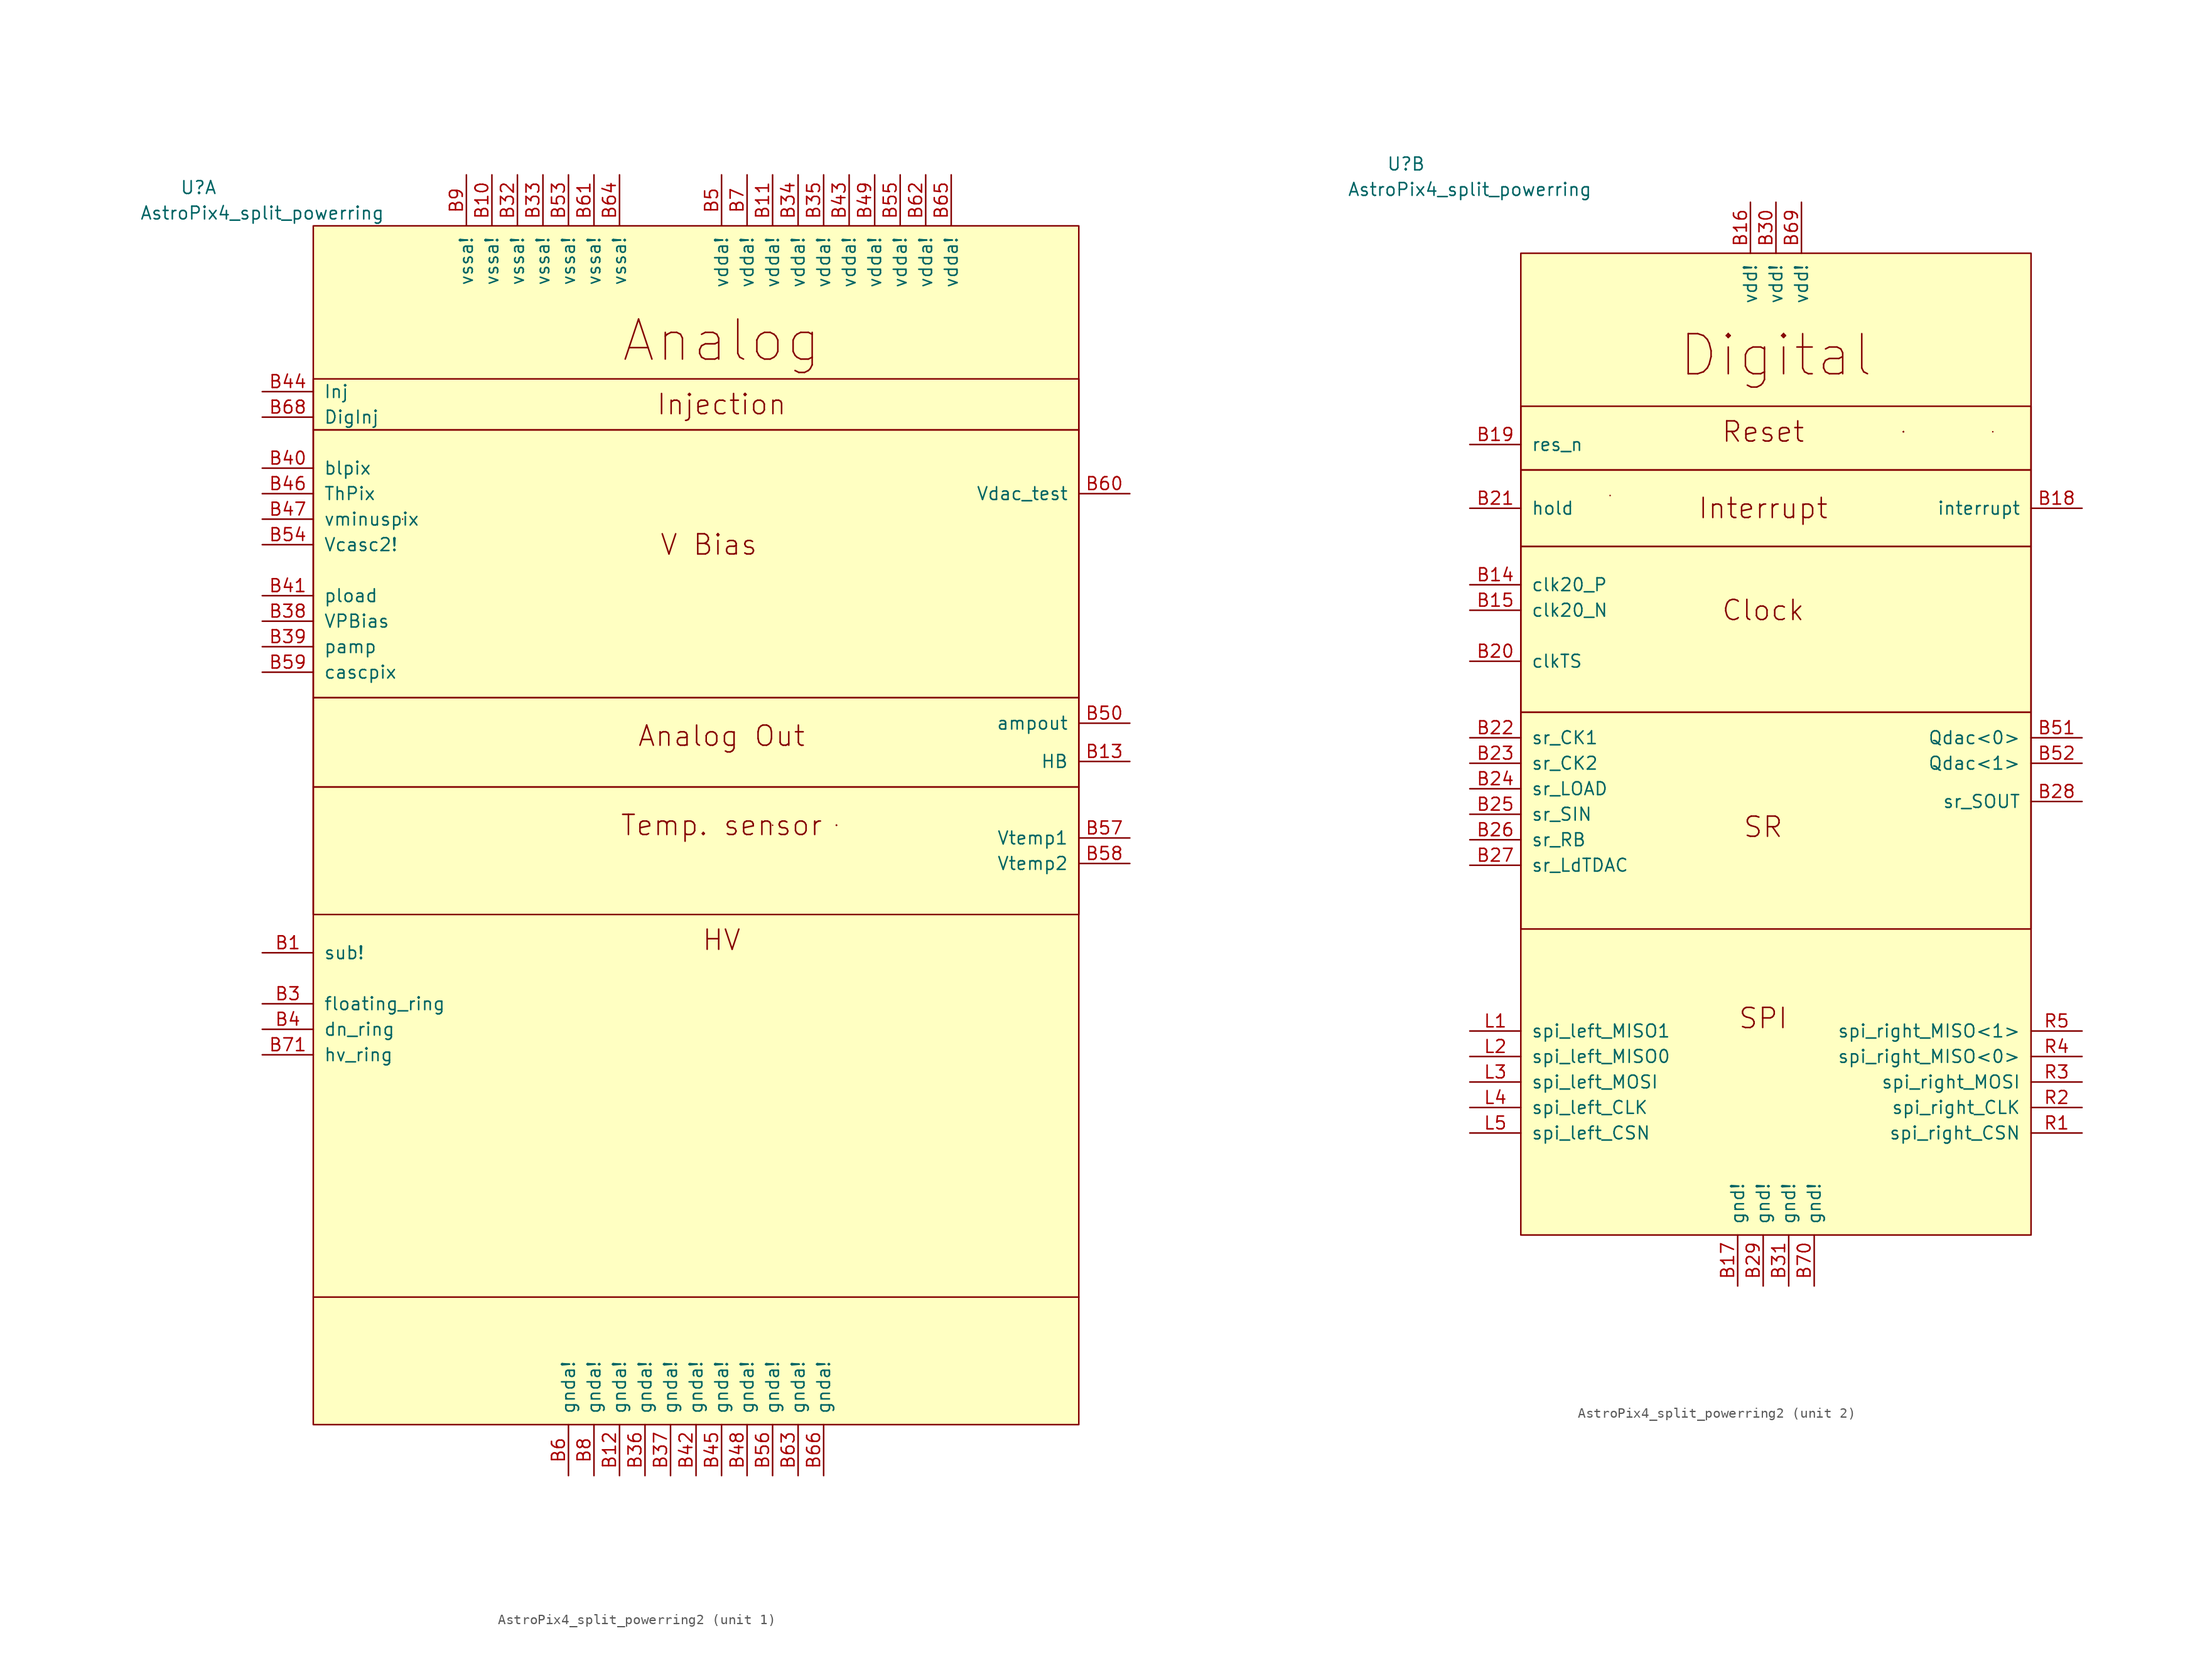
<source format=kicad_sym>
(kicad_symbol_lib
  (version 20231120)
  (generator "kicad_symbol_editor")
  (generator_version "8.0")
  (symbol "AstroPix4_split_powerring2"
    (pin_names
      (offset 1.016))
    (property "Reference" "U"
      (at -36.83 40.64 0)
      (effects (font (size 1.27 1.27))))
    (property "Value" "AstroPix4_split_powerring"
      (at -30.48 38.1 0)
      (effects (font (size 1.27 1.27))))
    (property "ki_locked" ""
      (at 0 0 0)
      (effects (font (size 1.27 1.27))))
    (symbol "AstroPix4_split_powerring2_0_1"
      (polyline (pts (xy -16.51 7.62) (xy -16.51 7.62)) (stroke (width 0) (type default)) (fill (type none))))
    (symbol "AstroPix4_split_powerring2_1_0"
      (pin bidirectional line (at -30.48 -35.56 0) (length 5.08) (name "sub!" (effects (font (size 1.27 1.27)))) (number "B1" (effects (font (size 1.27 1.27)))))
      (pin power_in line (at -7.62 41.91 270) (length 5.08) (name "vssa!" (effects (font (size 1.27 1.27)))) (number "B10" (effects (font (size 1.27 1.27)))))
      (pin power_in line (at 20.32 41.91 270) (length 5.08) (name "vdda!" (effects (font (size 1.27 1.27)))) (number "B11" (effects (font (size 1.27 1.27)))))
      (pin power_in line (at 5.08 -87.63 90) (length 5.08) (name "gnda!" (effects (font (size 1.27 1.27)))) (number "B12" (effects (font (size 1.27 1.27)))))
      (pin open_emitter line (at 55.88 -16.51 180) (length 5.08) (name "HB" (effects (font (size 1.27 1.27)))) (number "B13" (effects (font (size 1.27 1.27)))))
      (pin bidirectional line (at -30.48 -40.64 0) (length 5.08) (name "floating_ring" (effects (font (size 1.27 1.27)))) (number "B3" (effects (font (size 1.27 1.27)))))
      (pin power_in line (at -5.08 41.91 270) (length 5.08) (name "vssa!" (effects (font (size 1.27 1.27)))) (number "B32" (effects (font (size 1.27 1.27)))))
      (pin power_in line (at -2.54 41.91 270) (length 5.08) (name "vssa!" (effects (font (size 1.27 1.27)))) (number "B33" (effects (font (size 1.27 1.27)))))
      (pin power_in line (at 22.86 41.91 270) (length 5.08) (name "vdda!" (effects (font (size 1.27 1.27)))) (number "B34" (effects (font (size 1.27 1.27)))))
      (pin power_in line (at 25.4 41.91 270) (length 5.08) (name "vdda!" (effects (font (size 1.27 1.27)))) (number "B35" (effects (font (size 1.27 1.27)))))
      (pin power_in line (at 7.62 -87.63 90) (length 5.08) (name "gnda!" (effects (font (size 1.27 1.27)))) (number "B36" (effects (font (size 1.27 1.27)))))
      (pin power_in line (at 10.16 -87.63 90) (length 5.08) (name "gnda!" (effects (font (size 1.27 1.27)))) (number "B37" (effects (font (size 1.27 1.27)))))
      (pin bidirectional line (at -30.48 -2.54 0) (length 5.08) (name "VPBias" (effects (font (size 1.27 1.27)))) (number "B38" (effects (font (size 1.27 1.27)))))
      (pin bidirectional line (at -30.48 -5.08 0) (length 5.08) (name "pamp" (effects (font (size 1.27 1.27)))) (number "B39" (effects (font (size 1.27 1.27)))))
      (pin bidirectional line (at -30.48 -43.18 0) (length 5.08) (name "dn_ring" (effects (font (size 1.27 1.27)))) (number "B4" (effects (font (size 1.27 1.27)))))
      (pin bidirectional line (at -30.48 12.7 0) (length 5.08) (name "blpix" (effects (font (size 1.27 1.27)))) (number "B40" (effects (font (size 1.27 1.27)))))
      (pin bidirectional line (at -30.48 0 0) (length 5.08) (name "pload" (effects (font (size 1.27 1.27)))) (number "B41" (effects (font (size 1.27 1.27)))))
      (pin power_in line (at 12.7 -87.63 90) (length 5.08) (name "gnda!" (effects (font (size 1.27 1.27)))) (number "B42" (effects (font (size 1.27 1.27)))))
      (pin power_in line (at 27.94 41.91 270) (length 5.08) (name "vdda!" (effects (font (size 1.27 1.27)))) (number "B43" (effects (font (size 1.27 1.27)))))
      (pin bidirectional line (at -30.48 20.32 0) (length 5.08) (name "Inj" (effects (font (size 1.27 1.27)))) (number "B44" (effects (font (size 1.27 1.27)))))
      (pin power_in line (at 15.24 -87.63 90) (length 5.08) (name "gnda!" (effects (font (size 1.27 1.27)))) (number "B45" (effects (font (size 1.27 1.27)))))
      (pin bidirectional line (at -30.48 10.16 0) (length 5.08) (name "ThPix" (effects (font (size 1.27 1.27)))) (number "B46" (effects (font (size 1.27 1.27)))))
      (pin bidirectional line (at -30.48 7.62 0) (length 5.08) (name "vminuspix" (effects (font (size 1.27 1.27)))) (number "B47" (effects (font (size 1.27 1.27)))))
      (pin power_in line (at 17.78 -87.63 90) (length 5.08) (name "gnda!" (effects (font (size 1.27 1.27)))) (number "B48" (effects (font (size 1.27 1.27)))))
      (pin power_in line (at 30.48 41.91 270) (length 5.08) (name "vdda!" (effects (font (size 1.27 1.27)))) (number "B49" (effects (font (size 1.27 1.27)))))
      (pin power_in line (at 15.24 41.91 270) (length 5.08) (name "vdda!" (effects (font (size 1.27 1.27)))) (number "B5" (effects (font (size 1.27 1.27)))))
      (pin open_emitter line (at 55.88 -12.7 180) (length 5.08) (name "ampout" (effects (font (size 1.27 1.27)))) (number "B50" (effects (font (size 1.27 1.27)))))
      (pin power_in line (at 0 41.91 270) (length 5.08) (name "vssa!" (effects (font (size 1.27 1.27)))) (number "B53" (effects (font (size 1.27 1.27)))))
      (pin bidirectional line (at -30.48 5.08 0) (length 5.08) (name "Vcasc2!" (effects (font (size 1.27 1.27)))) (number "B54" (effects (font (size 1.27 1.27)))))
      (pin power_in line (at 33.02 41.91 270) (length 5.08) (name "vdda!" (effects (font (size 1.27 1.27)))) (number "B55" (effects (font (size 1.27 1.27)))))
      (pin power_in line (at 20.32 -87.63 90) (length 5.08) (name "gnda!" (effects (font (size 1.27 1.27)))) (number "B56" (effects (font (size 1.27 1.27)))))
      (pin output line (at 55.88 -24.13 180) (length 5.08) (name "Vtemp1" (effects (font (size 1.27 1.27)))) (number "B57" (effects (font (size 1.27 1.27)))))
      (pin output line (at 55.88 -26.67 180) (length 5.08) (name "Vtemp2" (effects (font (size 1.27 1.27)))) (number "B58" (effects (font (size 1.27 1.27)))))
      (pin bidirectional line (at -30.48 -7.62 0) (length 5.08) (name "cascpix" (effects (font (size 1.27 1.27)))) (number "B59" (effects (font (size 1.27 1.27)))))
      (pin power_in line (at 0 -87.63 90) (length 5.08) (name "gnda!" (effects (font (size 1.27 1.27)))) (number "B6" (effects (font (size 1.27 1.27)))))
      (pin output line (at 55.88 10.16 180) (length 5.08) (name "Vdac_test" (effects (font (size 1.27 1.27)))) (number "B60" (effects (font (size 1.27 1.27)))))
      (pin power_in line (at 2.54 41.91 270) (length 5.08) (name "vssa!" (effects (font (size 1.27 1.27)))) (number "B61" (effects (font (size 1.27 1.27)))))
      (pin power_in line (at 35.56 41.91 270) (length 5.08) (name "vdda!" (effects (font (size 1.27 1.27)))) (number "B62" (effects (font (size 1.27 1.27)))))
      (pin power_in line (at 22.86 -87.63 90) (length 5.08) (name "gnda!" (effects (font (size 1.27 1.27)))) (number "B63" (effects (font (size 1.27 1.27)))))
      (pin power_in line (at 5.08 41.91 270) (length 5.08) (name "vssa!" (effects (font (size 1.27 1.27)))) (number "B64" (effects (font (size 1.27 1.27)))))
      (pin power_in line (at 38.1 41.91 270) (length 5.08) (name "vdda!" (effects (font (size 1.27 1.27)))) (number "B65" (effects (font (size 1.27 1.27)))))
      (pin power_in line (at 25.4 -87.63 90) (length 5.08) (name "gnda!" (effects (font (size 1.27 1.27)))) (number "B66" (effects (font (size 1.27 1.27)))))
      (pin input line (at -30.48 17.78 0) (length 5.08) (name "DigInj" (effects (font (size 1.27 1.27)))) (number "B68" (effects (font (size 1.27 1.27)))))
      (pin power_in line (at 17.78 41.91 270) (length 5.08) (name "vdda!" (effects (font (size 1.27 1.27)))) (number "B7" (effects (font (size 1.27 1.27)))))
      (pin power_in line (at -30.48 -45.72 0) (length 5.08) (name "hv_ring" (effects (font (size 1.27 1.27)))) (number "B71" (effects (font (size 1.27 1.27)))))
      (pin power_in line (at 2.54 -87.63 90) (length 5.08) (name "gnda!" (effects (font (size 1.27 1.27)))) (number "B8" (effects (font (size 1.27 1.27)))))
      (pin power_in line (at -10.16 41.91 270) (length 5.08) (name "vssa!" (effects (font (size 1.27 1.27)))) (number "B9" (effects (font (size 1.27 1.27))))))
    (symbol "AstroPix4_split_powerring2_1_1"
      (rectangle (start -25.4 -19.05) (end 50.8 -31.75) (stroke (width 0) (type default)) (fill (type none)))
      (rectangle (start -25.4 -10.16) (end 50.8 -19.05) (stroke (width 0) (type default)) (fill (type none)))
      (rectangle (start -25.4 16.51) (end 50.8 -10.16) (stroke (width 0) (type default)) (fill (type none)))
      (rectangle (start -25.4 21.59) (end 50.8 16.51) (stroke (width 0) (type default)) (fill (type none)))
      (rectangle (start -25.4 36.83) (end 50.8 -82.55) (stroke (width 0) (type default)) (fill (type background)))
      (polyline (pts (xy -25.4 -69.85) (xy 50.8 -69.85)) (stroke (width 0) (type default)) (fill (type none)))
      (polyline (pts (xy 20.32 -22.86) (xy 20.32 -22.86)) (stroke (width 0) (type default)) (fill (type none)))
      (polyline (pts (xy 26.67 -22.86) (xy 26.67 -22.86)) (stroke (width 0) (type default)) (fill (type none)))
      (polyline (pts (xy 26.67 -22.86) (xy 26.67 -22.86)) (stroke (width 0) (type default)) (fill (type none)))
      (polyline (pts (xy 26.67 -22.86) (xy 26.67 -22.86)) (stroke (width 0) (type default)) (fill (type none)))
      (polyline (pts (xy 26.67 -22.86) (xy 26.67 -22.86)) (stroke (width 0) (type default)) (fill (type none)))
      (polyline (pts (xy 26.67 -22.86) (xy 26.67 -22.86)) (stroke (width 0) (type default)) (fill (type none)))
      (text "Analog" (at 15.24 25.4 0) (effects (font (size 3.988 3.988))))
      (text "Analog Out" (at 15.24 -13.97 0) (effects (font (size 2.007 2.007))))
      (text "HV" (at 15.24 -34.29 0) (effects (font (size 2.007 2.007))))
      (text "Injection" (at 15.24 19.05 0) (effects (font (size 2.007 2.007))))
      (text "Temp. sensor" (at 15.24 -22.86 0) (effects (font (size 2.007 2.007))))
      (text "V Bias" (at 13.97 5.08 0) (effects (font (size 2.007 2.007)))))
    (symbol "AstroPix4_split_powerring2_2_0"
      (pin input line (at -30.48 -1.27 0) (length 5.08) (name "clk20_P" (effects (font (size 1.27 1.27)))) (number "B14" (effects (font (size 1.27 1.27)))))
      (pin input line (at -30.48 -3.81 0) (length 5.08) (name "clk20_N" (effects (font (size 1.27 1.27)))) (number "B15" (effects (font (size 1.27 1.27)))))
      (pin power_in line (at -2.54 36.83 270) (length 5.08) (name "vdd!" (effects (font (size 1.27 1.27)))) (number "B16" (effects (font (size 1.27 1.27)))))
      (pin power_in line (at -3.81 -71.12 90) (length 5.08) (name "gnd!" (effects (font (size 1.27 1.27)))) (number "B17" (effects (font (size 1.27 1.27)))))
      (pin tri_state line (at 30.48 6.35 180) (length 5.08) (name "interrupt" (effects (font (size 1.27 1.27)))) (number "B18" (effects (font (size 1.27 1.27)))))
      (pin input line (at -30.48 12.7 0) (length 5.08) (name "res_n" (effects (font (size 1.27 1.27)))) (number "B19" (effects (font (size 1.27 1.27)))))
      (pin input line (at -30.48 -8.89 0) (length 5.08) (name "clkTS" (effects (font (size 1.27 1.27)))) (number "B20" (effects (font (size 1.27 1.27)))))
      (pin input line (at -30.48 6.35 0) (length 5.08) (name "hold" (effects (font (size 1.27 1.27)))) (number "B21" (effects (font (size 1.27 1.27)))))
      (pin input line (at -30.48 -16.51 0) (length 5.08) (name "sr_CK1" (effects (font (size 1.27 1.27)))) (number "B22" (effects (font (size 1.27 1.27)))))
      (pin input line (at -30.48 -19.05 0) (length 5.08) (name "sr_CK2" (effects (font (size 1.27 1.27)))) (number "B23" (effects (font (size 1.27 1.27)))))
      (pin input line (at -30.48 -21.59 0) (length 5.08) (name "sr_LOAD" (effects (font (size 1.27 1.27)))) (number "B24" (effects (font (size 1.27 1.27)))))
      (pin input line (at -30.48 -24.13 0) (length 5.08) (name "sr_SIN" (effects (font (size 1.27 1.27)))) (number "B25" (effects (font (size 1.27 1.27)))))
      (pin input line (at -30.48 -26.67 0) (length 5.08) (name "sr_RB" (effects (font (size 1.27 1.27)))) (number "B26" (effects (font (size 1.27 1.27)))))
      (pin input line (at -30.48 -29.21 0) (length 5.08) (name "sr_LdTDAC" (effects (font (size 1.27 1.27)))) (number "B27" (effects (font (size 1.27 1.27)))))
      (pin output line (at 30.48 -22.86 180) (length 5.08) (name "sr_SOUT" (effects (font (size 1.27 1.27)))) (number "B28" (effects (font (size 1.27 1.27)))))
      (pin power_in line (at -1.27 -71.12 90) (length 5.08) (name "gnd!" (effects (font (size 1.27 1.27)))) (number "B29" (effects (font (size 1.27 1.27)))))
      (pin power_in line (at 0 36.83 270) (length 5.08) (name "vdd!" (effects (font (size 1.27 1.27)))) (number "B30" (effects (font (size 1.27 1.27)))))
      (pin power_in line (at 1.27 -71.12 90) (length 5.08) (name "gnd!" (effects (font (size 1.27 1.27)))) (number "B31" (effects (font (size 1.27 1.27)))))
      (pin output line (at 30.48 -16.51 180) (length 5.08) (name "Qdac<0>" (effects (font (size 1.27 1.27)))) (number "B51" (effects (font (size 1.27 1.27)))))
      (pin output line (at 30.48 -19.05 180) (length 5.08) (name "Qdac<1>" (effects (font (size 1.27 1.27)))) (number "B52" (effects (font (size 1.27 1.27)))))
      (pin power_in line (at 2.54 36.83 270) (length 5.08) (name "vdd!" (effects (font (size 1.27 1.27)))) (number "B69" (effects (font (size 1.27 1.27)))))
      (pin power_in line (at 3.81 -71.12 90) (length 5.08) (name "gnd!" (effects (font (size 1.27 1.27)))) (number "B70" (effects (font (size 1.27 1.27)))))
      (pin output line (at -30.48 -45.72 0) (length 5.08) (name "spi_left_MISO1" (effects (font (size 1.27 1.27)))) (number "L1" (effects (font (size 1.27 1.27)))))
      (pin output line (at -30.48 -48.26 0) (length 5.08) (name "spi_left_MISO0" (effects (font (size 1.27 1.27)))) (number "L2" (effects (font (size 1.27 1.27)))))
      (pin input line (at -30.48 -50.8 0) (length 5.08) (name "spi_left_MOSI" (effects (font (size 1.27 1.27)))) (number "L3" (effects (font (size 1.27 1.27)))))
      (pin input line (at -30.48 -53.34 0) (length 5.08) (name "spi_left_CLK" (effects (font (size 1.27 1.27)))) (number "L4" (effects (font (size 1.27 1.27)))))
      (pin input line (at -30.48 -55.88 0) (length 5.08) (name "spi_left_CSN" (effects (font (size 1.27 1.27)))) (number "L5" (effects (font (size 1.27 1.27)))))
      (pin output line (at 30.48 -55.88 180) (length 5.08) (name "spi_right_CSN" (effects (font (size 1.27 1.27)))) (number "R1" (effects (font (size 1.27 1.27)))))
      (pin output line (at 30.48 -53.34 180) (length 5.08) (name "spi_right_CLK" (effects (font (size 1.27 1.27)))) (number "R2" (effects (font (size 1.27 1.27)))))
      (pin output line (at 30.48 -50.8 180) (length 5.08) (name "spi_right_MOSI" (effects (font (size 1.27 1.27)))) (number "R3" (effects (font (size 1.27 1.27)))))
      (pin input line (at 30.48 -48.26 180) (length 5.08) (name "spi_right_MISO<0>" (effects (font (size 1.27 1.27)))) (number "R4" (effects (font (size 1.27 1.27)))))
      (pin input line (at 30.48 -45.72 180) (length 5.08) (name "spi_right_MISO<1>" (effects (font (size 1.27 1.27)))) (number "R5" (effects (font (size 1.27 1.27))))))
    (symbol "AstroPix4_split_powerring2_2_1"
      (rectangle (start -25.4 -13.97) (end 25.4 -35.56) (stroke (width 0) (type default)) (fill (type none)))
      (rectangle (start -25.4 2.54) (end 25.4 -13.97) (stroke (width 0) (type default)) (fill (type none)))
      (rectangle (start -25.4 2.54) (end 25.4 10.16) (stroke (width 0) (type default)) (fill (type none)))
      (rectangle (start -25.4 16.51) (end 25.4 10.16) (stroke (width 0) (type default)) (fill (type none)))
      (rectangle (start -25.4 31.75) (end 25.4 -66.04) (stroke (width 0) (type default)) (fill (type background)))
      (polyline (pts (xy 12.7 13.97) (xy 12.7 13.97)) (stroke (width 0) (type default)) (fill (type none)))
      (polyline (pts (xy 12.7 13.97) (xy 12.7 13.97)) (stroke (width 0) (type default)) (fill (type none)))
      (polyline (pts (xy 12.7 13.97) (xy 12.7 13.97)) (stroke (width 0) (type default)) (fill (type none)))
      (polyline (pts (xy 12.7 13.97) (xy 12.7 13.97)) (stroke (width 0) (type default)) (fill (type none)))
      (polyline (pts (xy 12.7 13.97) (xy 12.7 13.97)) (stroke (width 0) (type default)) (fill (type none)))
      (polyline (pts (xy 21.59 13.97) (xy 21.59 13.97)) (stroke (width 0) (type default)) (fill (type none)))
      (text "Clock" (at -1.27 -3.81 0) (effects (font (size 2.007 2.007))))
      (text "Digital" (at 0 21.59 0) (effects (font (size 3.988 3.988))))
      (text "Interrupt" (at -1.27 6.35 0) (effects (font (size 2.007 2.007))))
      (text "Reset" (at -1.27 13.97 0) (effects (font (size 2.007 2.007))))
      (text "SPI" (at -1.27 -44.45 0) (effects (font (size 2.007 2.007))))
      (text "SR" (at -1.27 -25.4 0) (effects (font (size 2.007 2.007)))))))
</source>
